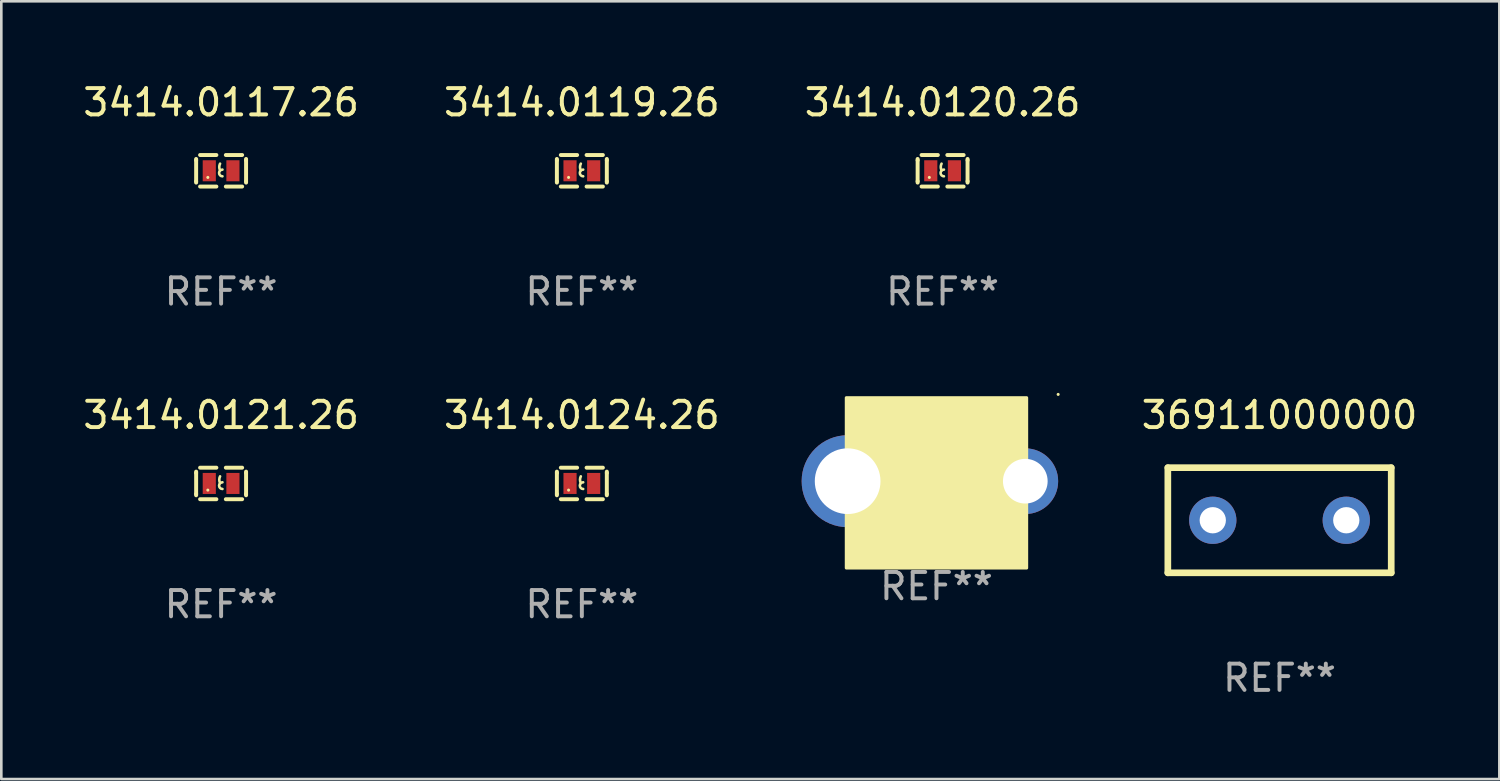
<source format=kicad_pcb>
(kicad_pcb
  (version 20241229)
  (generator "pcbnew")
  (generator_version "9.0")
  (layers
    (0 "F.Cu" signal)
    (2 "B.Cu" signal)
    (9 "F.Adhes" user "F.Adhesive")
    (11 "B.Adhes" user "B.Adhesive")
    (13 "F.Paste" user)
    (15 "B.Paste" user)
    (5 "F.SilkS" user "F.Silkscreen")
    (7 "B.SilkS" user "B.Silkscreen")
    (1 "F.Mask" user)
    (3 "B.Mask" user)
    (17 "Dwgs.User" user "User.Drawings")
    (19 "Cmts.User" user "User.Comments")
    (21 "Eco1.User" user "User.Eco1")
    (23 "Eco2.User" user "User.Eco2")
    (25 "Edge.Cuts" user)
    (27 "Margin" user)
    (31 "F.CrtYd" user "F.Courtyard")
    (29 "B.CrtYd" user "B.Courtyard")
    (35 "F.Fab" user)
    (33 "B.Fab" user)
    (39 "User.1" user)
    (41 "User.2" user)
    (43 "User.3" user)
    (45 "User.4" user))
  (footprint "3414.0119.26"
    (layer "F.Cu")
    (at 19.089 3.448)
    (property "Reference" "3414.0119.26" (at 0 -2.6 0) (layer "F.SilkS") (effects (font (size 1 1) (thickness 0.15))))
    (attr through_hole)
    (fp_line (start -0.95 -0.45) (end -0.95 -0.4) (stroke (width 0.15) (type solid)) (layer "F.SilkS"))
    (fp_line (start -0.95 -0.4) (end -0.95 0.4) (stroke (width 0.15) (type solid)) (layer "F.SilkS"))
    (fp_line (start -0.95 0.45) (end -0.95 0.4) (stroke (width 0.15) (type solid)) (layer "F.SilkS"))
    (fp_line (start -0.18 -0.6) (end -0.8 -0.6) (stroke (width 0.15) (type solid)) (layer "F.SilkS"))
    (fp_line (start -0.18 0.6) (end -0.8 0.6) (stroke (width 0.15) (type solid)) (layer "F.SilkS"))
    (fp_line (start 0.18 -0.6) (end 0.8 -0.6) (stroke (width 0.15) (type solid)) (layer "F.SilkS"))
    (fp_line (start 0.18 0.6) (end 0.8 0.6) (stroke (width 0.15) (type solid)) (layer "F.SilkS"))
    (fp_line (start 0.95 -0.45) (end 0.95 -0.4) (stroke (width 0.15) (type solid)) (layer "F.SilkS"))
    (fp_line (start 0.95 -0.4) (end 0.95 0.4) (stroke (width 0.15) (type solid)) (layer "F.SilkS"))
    (fp_line (start 0.95 0.45) (end 0.95 0.4) (stroke (width 0.15) (type solid)) (layer "F.SilkS"))
    (fp_arc (start -0.039942 -0.016052) (mid -0.069923 -0.143053) (end -0.039942 -0.270053) (stroke (width 0.1) (type solid)) (layer "F.SilkS"))
    (fp_arc (start 0.050076 0.209957) (mid -0.076924 0.082957) (end 0.050076 -0.044043) (stroke (width 0.1) (type solid)) (layer "F.SilkS"))
    (fp_circle (center -0.505 0.253) (end -0.475 0.253) (stroke (width 0.06) (type solid)) (fill no) (layer "F.SilkS"))
    (fp_text user "REF**" (at 0 4.6 0) (layer "F.Fab") (effects (font (size 1 1) (thickness 0.15))))
    (pad "1" smd rect (at -0.45 -0.000051) (size 0.5 0.8) (layers "F.Cu" "F.Mask" "F.Paste"))
    (pad "2" smd rect (at 0.45 -0.000051) (size 0.5 0.8) (layers "F.Cu" "F.Mask" "F.Paste")))
  (footprint "3414.0117.26"
    (layer "F.Cu")
    (at 5.363 3.448)
    (property "Reference" "3414.0117.26" (at 0 -2.6 0) (layer "F.SilkS") (effects (font (size 1 1) (thickness 0.15))))
    (attr through_hole)
    (fp_line (start -0.95 -0.45) (end -0.95 -0.4) (stroke (width 0.15) (type solid)) (layer "F.SilkS"))
    (fp_line (start -0.95 -0.4) (end -0.95 0.4) (stroke (width 0.15) (type solid)) (layer "F.SilkS"))
    (fp_line (start -0.95 0.45) (end -0.95 0.4) (stroke (width 0.15) (type solid)) (layer "F.SilkS"))
    (fp_line (start -0.18 -0.6) (end -0.8 -0.6) (stroke (width 0.15) (type solid)) (layer "F.SilkS"))
    (fp_line (start -0.18 0.6) (end -0.8 0.6) (stroke (width 0.15) (type solid)) (layer "F.SilkS"))
    (fp_line (start 0.18 -0.6) (end 0.8 -0.6) (stroke (width 0.15) (type solid)) (layer "F.SilkS"))
    (fp_line (start 0.18 0.6) (end 0.8 0.6) (stroke (width 0.15) (type solid)) (layer "F.SilkS"))
    (fp_line (start 0.95 -0.45) (end 0.95 -0.4) (stroke (width 0.15) (type solid)) (layer "F.SilkS"))
    (fp_line (start 0.95 -0.4) (end 0.95 0.4) (stroke (width 0.15) (type solid)) (layer "F.SilkS"))
    (fp_line (start 0.95 0.45) (end 0.95 0.4) (stroke (width 0.15) (type solid)) (layer "F.SilkS"))
    (fp_arc (start -0.039942 -0.016052) (mid -0.069923 -0.143053) (end -0.039942 -0.270053) (stroke (width 0.1) (type solid)) (layer "F.SilkS"))
    (fp_arc (start 0.050076 0.209957) (mid -0.076924 0.082957) (end 0.050076 -0.044043) (stroke (width 0.1) (type solid)) (layer "F.SilkS"))
    (fp_circle (center -0.505 0.253) (end -0.475 0.253) (stroke (width 0.06) (type solid)) (fill no) (layer "F.SilkS"))
    (fp_text user "REF**" (at 0 4.6 0) (layer "F.Fab") (effects (font (size 1 1) (thickness 0.15))))
    (pad "1" smd rect (at -0.45 -0.000051) (size 0.5 0.8) (layers "F.Cu" "F.Mask" "F.Paste"))
    (pad "2" smd rect (at 0.45 -0.000051) (size 0.5 0.8) (layers "F.Cu" "F.Mask" "F.Paste")))
  (footprint "36911000000"
    (layer "F.Cu")
    (at 45.635 16.745)
    (property "Reference" "36911000000" (at 0 -4 0) (layer "F.SilkS") (effects (font (size 1 1) (thickness 0.15))))
    (attr through_hole)
    (fp_line (start -4.25 2) (end -4.25 -2) (stroke (width 0.254) (type solid)) (layer "F.SilkS"))
    (fp_line (start -4.25 -2) (end 4.25 -2) (stroke (width 0.254) (type solid)) (layer "F.SilkS"))
    (fp_line (start 4.25 2) (end -4.25 2) (stroke (width 0.254) (type solid)) (layer "F.SilkS"))
    (fp_line (start 4.25 -2) (end 4.25 2) (stroke (width 0.254) (type solid)) (layer "F.SilkS"))
    (fp_circle (center -4.25 2) (end -4.22 2) (stroke (width 0.06) (type solid)) (fill no) (layer "F.SilkS"))
    (fp_text user "REF**" (at 0 6 0) (layer "F.Fab") (effects (font (size 1 1) (thickness 0.15))))
    (pad "1" thru_hole circle (at -2.54 0) (size 1.8 1.8) (drill 1) (layers "*.Cu" "*.Mask"))
    (pad "2" thru_hole circle (at 2.54 0) (size 1.8 1.8) (drill 1) (layers "*.Cu" "*.Mask")))
  (footprint "3414.0124.26"
    (layer "F.Cu")
    (at 19.089 15.345)
    (property "Reference" "3414.0124.26" (at 0 -2.6 0) (layer "F.SilkS") (effects (font (size 1 1) (thickness 0.15))))
    (attr through_hole)
    (fp_line (start -0.95 -0.45) (end -0.95 -0.4) (stroke (width 0.15) (type solid)) (layer "F.SilkS"))
    (fp_line (start -0.95 -0.4) (end -0.95 0.4) (stroke (width 0.15) (type solid)) (layer "F.SilkS"))
    (fp_line (start -0.95 0.45) (end -0.95 0.4) (stroke (width 0.15) (type solid)) (layer "F.SilkS"))
    (fp_line (start -0.18 -0.6) (end -0.8 -0.6) (stroke (width 0.15) (type solid)) (layer "F.SilkS"))
    (fp_line (start -0.18 0.6) (end -0.8 0.6) (stroke (width 0.15) (type solid)) (layer "F.SilkS"))
    (fp_line (start 0.18 -0.6) (end 0.8 -0.6) (stroke (width 0.15) (type solid)) (layer "F.SilkS"))
    (fp_line (start 0.18 0.6) (end 0.8 0.6) (stroke (width 0.15) (type solid)) (layer "F.SilkS"))
    (fp_line (start 0.95 -0.45) (end 0.95 -0.4) (stroke (width 0.15) (type solid)) (layer "F.SilkS"))
    (fp_line (start 0.95 -0.4) (end 0.95 0.4) (stroke (width 0.15) (type solid)) (layer "F.SilkS"))
    (fp_line (start 0.95 0.45) (end 0.95 0.4) (stroke (width 0.15) (type solid)) (layer "F.SilkS"))
    (fp_arc (start -0.039942 -0.016052) (mid -0.069923 -0.143053) (end -0.039942 -0.270053) (stroke (width 0.1) (type solid)) (layer "F.SilkS"))
    (fp_arc (start 0.050076 0.209957) (mid -0.076924 0.082957) (end 0.050076 -0.044043) (stroke (width 0.1) (type solid)) (layer "F.SilkS"))
    (fp_circle (center -0.505 0.253) (end -0.475 0.253) (stroke (width 0.06) (type solid)) (fill no) (layer "F.SilkS"))
    (fp_text user "REF**" (at 0 4.6 0) (layer "F.Fab") (effects (font (size 1 1) (thickness 0.15))))
    (pad "1" smd rect (at -0.45 -0.000051) (size 0.5 0.8) (layers "F.Cu" "F.Mask" "F.Paste"))
    (pad "2" smd rect (at 0.45 -0.000051) (size 0.5 0.8) (layers "F.Cu" "F.Mask" "F.Paste")))
  (footprint "3414.0121.26"
    (layer "F.Cu")
    (at 5.363 15.345)
    (property "Reference" "3414.0121.26" (at 0 -2.6 0) (layer "F.SilkS") (effects (font (size 1 1) (thickness 0.15))))
    (attr through_hole)
    (fp_line (start -0.95 -0.45) (end -0.95 -0.4) (stroke (width 0.15) (type solid)) (layer "F.SilkS"))
    (fp_line (start -0.95 -0.4) (end -0.95 0.4) (stroke (width 0.15) (type solid)) (layer "F.SilkS"))
    (fp_line (start -0.95 0.45) (end -0.95 0.4) (stroke (width 0.15) (type solid)) (layer "F.SilkS"))
    (fp_line (start -0.18 -0.6) (end -0.8 -0.6) (stroke (width 0.15) (type solid)) (layer "F.SilkS"))
    (fp_line (start -0.18 0.6) (end -0.8 0.6) (stroke (width 0.15) (type solid)) (layer "F.SilkS"))
    (fp_line (start 0.18 -0.6) (end 0.8 -0.6) (stroke (width 0.15) (type solid)) (layer "F.SilkS"))
    (fp_line (start 0.18 0.6) (end 0.8 0.6) (stroke (width 0.15) (type solid)) (layer "F.SilkS"))
    (fp_line (start 0.95 -0.45) (end 0.95 -0.4) (stroke (width 0.15) (type solid)) (layer "F.SilkS"))
    (fp_line (start 0.95 -0.4) (end 0.95 0.4) (stroke (width 0.15) (type solid)) (layer "F.SilkS"))
    (fp_line (start 0.95 0.45) (end 0.95 0.4) (stroke (width 0.15) (type solid)) (layer "F.SilkS"))
    (fp_arc (start -0.039942 -0.016052) (mid -0.069923 -0.143053) (end -0.039942 -0.270053) (stroke (width 0.1) (type solid)) (layer "F.SilkS"))
    (fp_arc (start 0.050076 0.209957) (mid -0.076924 0.082957) (end 0.050076 -0.044043) (stroke (width 0.1) (type solid)) (layer "F.SilkS"))
    (fp_circle (center -0.505 0.253) (end -0.475 0.253) (stroke (width 0.06) (type solid)) (fill no) (layer "F.SilkS"))
    (fp_text user "REF**" (at 0 4.6 0) (layer "F.Fab") (effects (font (size 1 1) (thickness 0.15))))
    (pad "1" smd rect (at -0.45 -0.000051) (size 0.5 0.8) (layers "F.Cu" "F.Mask" "F.Paste"))
    (pad "2" smd rect (at 0.45 -0.000051) (size 0.5 0.8) (layers "F.Cu" "F.Mask" "F.Paste")))
  (footprint "3518P"
    (layer "F.Cu")
    (at 32.582 15.259)
    (property "Reference" "3518P" (at 0 -2 0) (layer "F.SilkS") (effects (font (size 1 1) (thickness 0.15))))
    (attr through_hole)
    (fp_circle (center 4.63 -3.302) (end 4.66 -3.302) (stroke (width 0.06) (type solid)) (fill no) (layer "F.SilkS"))
    (fp_poly (pts (xy -3.429 -3.175) (xy 3.429 -3.175) (xy 3.429 3.302) (xy -3.429 3.302)) (stroke (width 0.12) (type solid)) (fill yes) (layer "F.SilkS"))
    (fp_text user "REF**" (at 0 4 0) (layer "F.Fab") (effects (font (size 1 1) (thickness 0.15))))
    (pad "1" thru_hole circle (at -3.38 0) (size 3.5 3.5) (drill 2.5) (layers "*.Cu" "*.Mask"))
    (pad "1" thru_hole circle (at 3.38 0) (size 2.5 2.5) (drill 1.7) (layers "*.Cu" "*.Mask")))
  (footprint "3414.0120.26"
    (layer "F.Cu")
    (at 32.815 3.448)
    (property "Reference" "3414.0120.26" (at 0 -2.6 0) (layer "F.SilkS") (effects (font (size 1 1) (thickness 0.15))))
    (attr through_hole)
    (fp_line (start -0.95 -0.45) (end -0.95 -0.4) (stroke (width 0.15) (type solid)) (layer "F.SilkS"))
    (fp_line (start -0.95 -0.4) (end -0.95 0.4) (stroke (width 0.15) (type solid)) (layer "F.SilkS"))
    (fp_line (start -0.95 0.45) (end -0.95 0.4) (stroke (width 0.15) (type solid)) (layer "F.SilkS"))
    (fp_line (start -0.18 -0.6) (end -0.8 -0.6) (stroke (width 0.15) (type solid)) (layer "F.SilkS"))
    (fp_line (start -0.18 0.6) (end -0.8 0.6) (stroke (width 0.15) (type solid)) (layer "F.SilkS"))
    (fp_line (start 0.18 -0.6) (end 0.8 -0.6) (stroke (width 0.15) (type solid)) (layer "F.SilkS"))
    (fp_line (start 0.18 0.6) (end 0.8 0.6) (stroke (width 0.15) (type solid)) (layer "F.SilkS"))
    (fp_line (start 0.95 -0.45) (end 0.95 -0.4) (stroke (width 0.15) (type solid)) (layer "F.SilkS"))
    (fp_line (start 0.95 -0.4) (end 0.95 0.4) (stroke (width 0.15) (type solid)) (layer "F.SilkS"))
    (fp_line (start 0.95 0.45) (end 0.95 0.4) (stroke (width 0.15) (type solid)) (layer "F.SilkS"))
    (fp_arc (start -0.039942 -0.016052) (mid -0.069923 -0.143053) (end -0.039942 -0.270053) (stroke (width 0.1) (type solid)) (layer "F.SilkS"))
    (fp_arc (start 0.050076 0.209957) (mid -0.076924 0.082957) (end 0.050076 -0.044043) (stroke (width 0.1) (type solid)) (layer "F.SilkS"))
    (fp_circle (center -0.505 0.253) (end -0.475 0.253) (stroke (width 0.06) (type solid)) (fill no) (layer "F.SilkS"))
    (fp_text user "REF**" (at 0 4.6 0) (layer "F.Fab") (effects (font (size 1 1) (thickness 0.15))))
    (pad "1" smd rect (at -0.45 -0.000051) (size 0.5 0.8) (layers "F.Cu" "F.Mask" "F.Paste"))
    (pad "2" smd rect (at 0.45 -0.000051) (size 0.5 0.8) (layers "F.Cu" "F.Mask" "F.Paste")))
  (gr_rect
    (start -3 -3)
    (end 53.999 26.593)
    (stroke (width 0.1) (type default))
    (fill no)
    (layer "Edge.Cuts")))
</source>
